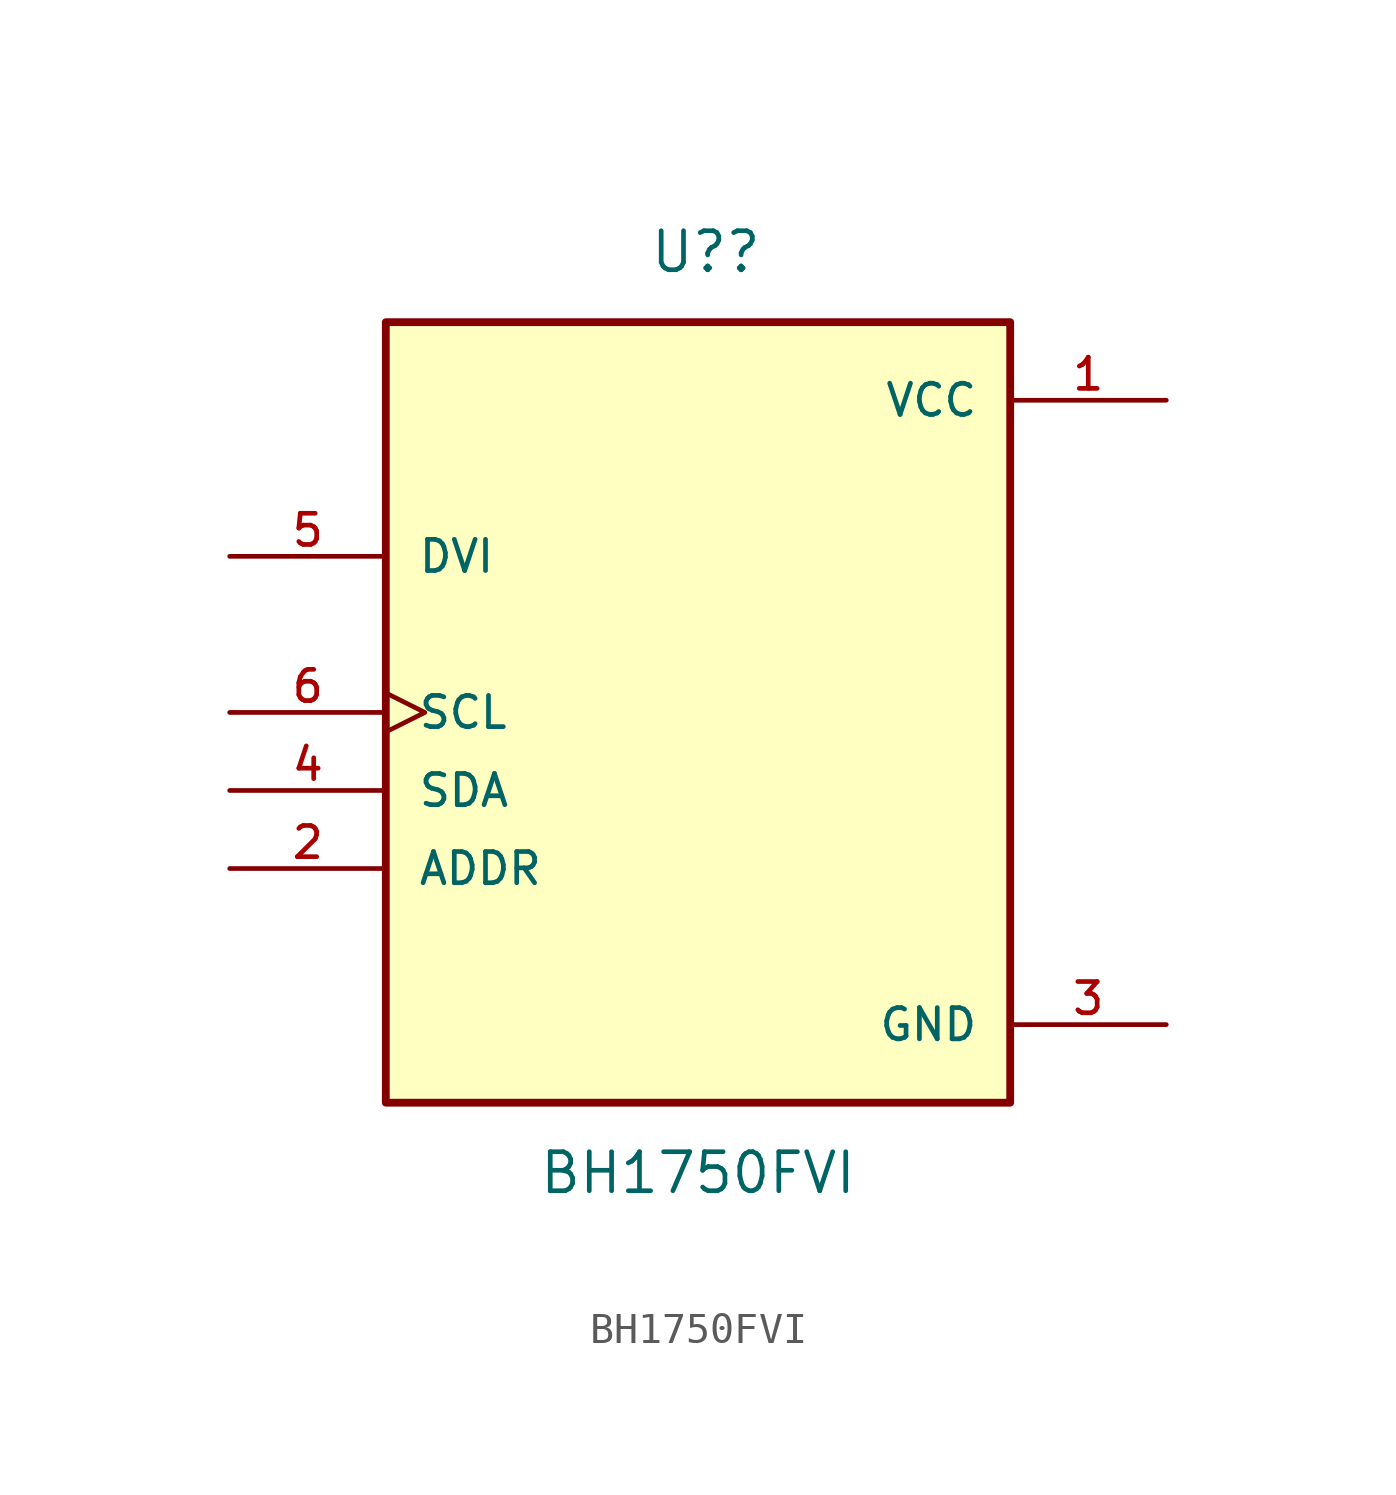
<source format=kicad_sym>
(kicad_symbol_lib
  (version 20211014)
  (generator kicad_symbol_editor)
  (symbol "BH1750FVI"
    (pin_names
      (offset 1.016))
    (property "Reference" "U?"
      (at 0.254 14.986 0)
      (effects (font (size 1.27 1.27))))
    (property "Value" "BH1750FVI"
      (at 0 -14.986 0)
      (effects (font (size 1.27 1.27))))
    (property "ki_locked" ""
      (at 0 0 0)
      (effects (font (size 1.27 1.27))))
    (symbol "BH1750FVI_0_0"
      (rectangle (start -10.16 -12.7) (end 10.16 12.7) (stroke (width 0.254) (type default) (color 0 0 0 0)) (fill (type background)))
      (pin power_in line (at 15.24 10.16 180) (length 5.08) (name "VCC" (effects (font (size 1.016 1.016)))) (number "1" (effects (font (size 1.016 1.016)))))
      (pin input line (at -15.24 -5.08 0) (length 5.08) (name "ADDR" (effects (font (size 1.016 1.016)))) (number "2" (effects (font (size 1.016 1.016)))))
      (pin power_in line (at 15.24 -10.16 180) (length 5.08) (name "GND" (effects (font (size 1.016 1.016)))) (number "3" (effects (font (size 1.016 1.016)))))
      (pin bidirectional line (at -15.24 -2.54 0) (length 5.08) (name "SDA" (effects (font (size 1.016 1.016)))) (number "4" (effects (font (size 1.016 1.016)))))
      (pin input line (at -15.24 5.08 0) (length 5.08) (name "DVI" (effects (font (size 1.016 1.016)))) (number "5" (effects (font (size 1.016 1.016)))))
      (pin input clock (at -15.24 0 0) (length 5.08) (name "SCL" (effects (font (size 1.016 1.016)))) (number "6" (effects (font (size 1.016 1.016))))))))
</source>
